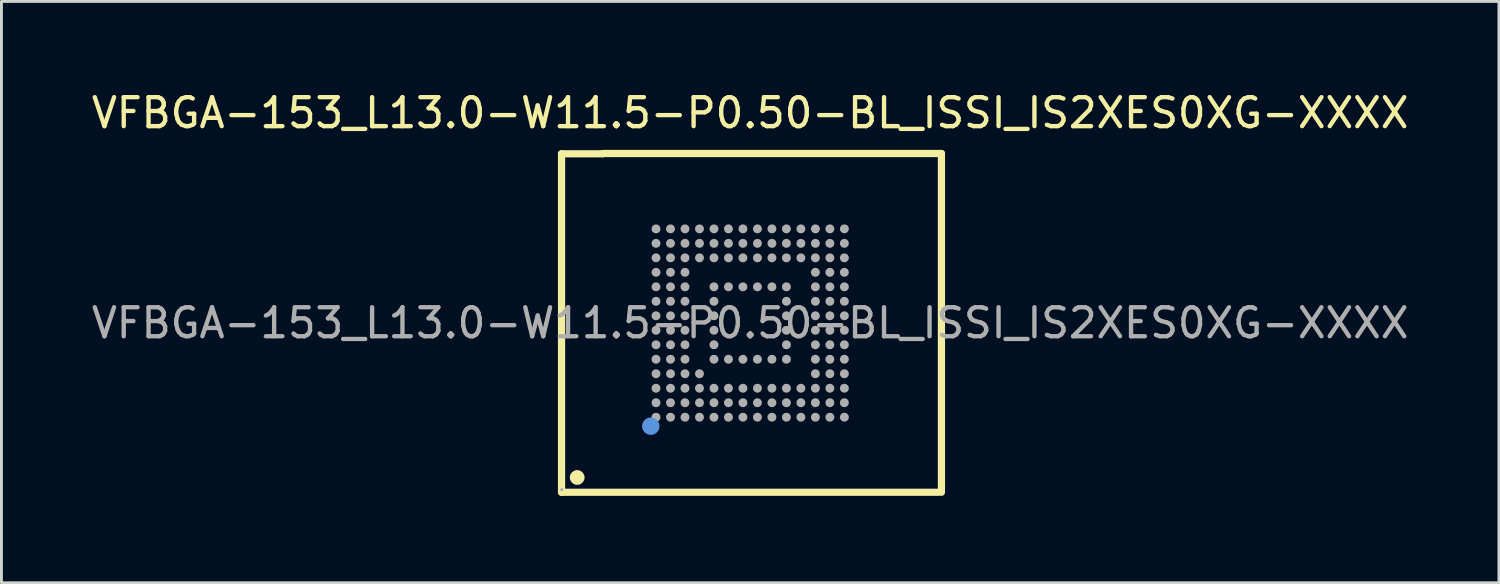
<source format=kicad_pcb>
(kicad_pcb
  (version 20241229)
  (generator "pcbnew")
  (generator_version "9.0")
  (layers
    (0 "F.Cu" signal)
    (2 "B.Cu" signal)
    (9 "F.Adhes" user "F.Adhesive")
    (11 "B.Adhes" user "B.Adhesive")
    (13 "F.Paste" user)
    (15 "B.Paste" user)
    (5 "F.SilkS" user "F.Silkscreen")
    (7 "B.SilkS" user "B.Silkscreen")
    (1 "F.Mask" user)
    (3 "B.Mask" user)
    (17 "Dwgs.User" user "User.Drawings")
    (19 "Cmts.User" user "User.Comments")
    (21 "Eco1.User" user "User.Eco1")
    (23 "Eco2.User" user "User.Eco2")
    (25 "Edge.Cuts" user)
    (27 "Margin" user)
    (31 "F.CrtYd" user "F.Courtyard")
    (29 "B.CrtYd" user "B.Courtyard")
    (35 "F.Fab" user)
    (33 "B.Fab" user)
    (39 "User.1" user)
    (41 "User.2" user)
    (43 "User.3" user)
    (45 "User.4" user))
  (footprint "VFBGA-153_L13.0-W11.5-P0.50-BL_ISSI_IS2XES0XG-XXXX"
    (layer "F.Cu")
    (at 22.839 8.098)
    (property "Reference" "VFBGA-153_L13.0-W11.5-P0.50-BL_ISSI_IS2XES0XG-XXXX" (at 0 -7.25 0) (layer "F.SilkS") (effects (font (size 1 1) (thickness 0.15))))
    (attr smd)
    (fp_line (start -6.51 -5.84) (end -5.08 -5.84) (stroke (width 0.25) (type solid)) (layer "F.SilkS"))
    (fp_line (start -6.51 5.84) (end -6.51 -5.84) (stroke (width 0.25) (type solid)) (layer "F.SilkS"))
    (fp_line (start 6.49 5.84) (end -6.51 5.84) (stroke (width 0.25) (type solid)) (layer "F.SilkS"))
    (fp_line (start 6.6 -5.85) (end -5.08 -5.85) (stroke (width 0.25) (type solid)) (layer "F.SilkS"))
    (fp_line (start 6.6 5.84) (end 6.6 -5.85) (stroke (width 0.25) (type solid)) (layer "F.SilkS"))
    (fp_circle (center -5.97 5.33) (end -5.84 5.33) (stroke (width 0.25) (type solid)) (fill no) (layer "F.SilkS"))
    (fp_circle (center -3.43 3.56) (end -3.28 3.56) (stroke (width 0.3) (type solid)) (fill no) (layer "Cmts.User"))
    (fp_circle (center -6.5 5.75) (end -6.47 5.75) (stroke (width 0.06) (type solid)) (fill no) (layer "F.Fab"))
    (fp_circle (center -3.25 -3.25) (end -3.17 -3.25) (stroke (width 0.15) (type solid)) (fill no) (layer "F.Fab"))
    (fp_circle (center -3.25 -2.75) (end -3.17 -2.75) (stroke (width 0.15) (type solid)) (fill no) (layer "F.Fab"))
    (fp_circle (center -3.25 -2.25) (end -3.17 -2.25) (stroke (width 0.15) (type solid)) (fill no) (layer "F.Fab"))
    (fp_circle (center -3.25 -1.75) (end -3.17 -1.75) (stroke (width 0.15) (type solid)) (fill no) (layer "F.Fab"))
    (fp_circle (center -3.25 -1.25) (end -3.17 -1.25) (stroke (width 0.15) (type solid)) (fill no) (layer "F.Fab"))
    (fp_circle (center -3.25 -0.75) (end -3.17 -0.75) (stroke (width 0.15) (type solid)) (fill no) (layer "F.Fab"))
    (fp_circle (center -3.25 -0.25) (end -3.17 -0.25) (stroke (width 0.15) (type solid)) (fill no) (layer "F.Fab"))
    (fp_circle (center -3.25 0.25) (end -3.17 0.25) (stroke (width 0.15) (type solid)) (fill no) (layer "F.Fab"))
    (fp_circle (center -3.25 0.75) (end -3.17 0.75) (stroke (width 0.15) (type solid)) (fill no) (layer "F.Fab"))
    (fp_circle (center -3.25 1.25) (end -3.17 1.25) (stroke (width 0.15) (type solid)) (fill no) (layer "F.Fab"))
    (fp_circle (center -3.25 1.75) (end -3.17 1.75) (stroke (width 0.15) (type solid)) (fill no) (layer "F.Fab"))
    (fp_circle (center -3.25 2.25) (end -3.17 2.25) (stroke (width 0.15) (type solid)) (fill no) (layer "F.Fab"))
    (fp_circle (center -3.25 2.75) (end -3.17 2.75) (stroke (width 0.15) (type solid)) (fill no) (layer "F.Fab"))
    (fp_circle (center -3.25 3.25) (end -3.17 3.25) (stroke (width 0.15) (type solid)) (fill no) (layer "F.Fab"))
    (fp_circle (center -2.75 -3.25) (end -2.67 -3.25) (stroke (width 0.15) (type solid)) (fill no) (layer "F.Fab"))
    (fp_circle (center -2.75 -2.75) (end -2.67 -2.75) (stroke (width 0.15) (type solid)) (fill no) (layer "F.Fab"))
    (fp_circle (center -2.75 -2.25) (end -2.67 -2.25) (stroke (width 0.15) (type solid)) (fill no) (layer "F.Fab"))
    (fp_circle (center -2.75 -1.75) (end -2.67 -1.75) (stroke (width 0.15) (type solid)) (fill no) (layer "F.Fab"))
    (fp_circle (center -2.75 -1.25) (end -2.67 -1.25) (stroke (width 0.15) (type solid)) (fill no) (layer "F.Fab"))
    (fp_circle (center -2.75 -0.75) (end -2.67 -0.75) (stroke (width 0.15) (type solid)) (fill no) (layer "F.Fab"))
    (fp_circle (center -2.75 -0.25) (end -2.67 -0.25) (stroke (width 0.15) (type solid)) (fill no) (layer "F.Fab"))
    (fp_circle (center -2.75 0.25) (end -2.67 0.25) (stroke (width 0.15) (type solid)) (fill no) (layer "F.Fab"))
    (fp_circle (center -2.75 0.75) (end -2.67 0.75) (stroke (width 0.15) (type solid)) (fill no) (layer "F.Fab"))
    (fp_circle (center -2.75 1.25) (end -2.67 1.25) (stroke (width 0.15) (type solid)) (fill no) (layer "F.Fab"))
    (fp_circle (center -2.75 1.75) (end -2.67 1.75) (stroke (width 0.15) (type solid)) (fill no) (layer "F.Fab"))
    (fp_circle (center -2.75 2.25) (end -2.67 2.25) (stroke (width 0.15) (type solid)) (fill no) (layer "F.Fab"))
    (fp_circle (center -2.75 2.75) (end -2.67 2.75) (stroke (width 0.15) (type solid)) (fill no) (layer "F.Fab"))
    (fp_circle (center -2.75 3.25) (end -2.67 3.25) (stroke (width 0.15) (type solid)) (fill no) (layer "F.Fab"))
    (fp_circle (center -2.25 -3.25) (end -2.17 -3.25) (stroke (width 0.15) (type solid)) (fill no) (layer "F.Fab"))
    (fp_circle (center -2.25 -2.75) (end -2.17 -2.75) (stroke (width 0.15) (type solid)) (fill no) (layer "F.Fab"))
    (fp_circle (center -2.25 -2.25) (end -2.17 -2.25) (stroke (width 0.15) (type solid)) (fill no) (layer "F.Fab"))
    (fp_circle (center -2.25 -1.75) (end -2.17 -1.75) (stroke (width 0.15) (type solid)) (fill no) (layer "F.Fab"))
    (fp_circle (center -2.25 -1.25) (end -2.17 -1.25) (stroke (width 0.15) (type solid)) (fill no) (layer "F.Fab"))
    (fp_circle (center -2.25 -0.75) (end -2.17 -0.75) (stroke (width 0.15) (type solid)) (fill no) (layer "F.Fab"))
    (fp_circle (center -2.25 -0.25) (end -2.17 -0.25) (stroke (width 0.15) (type solid)) (fill no) (layer "F.Fab"))
    (fp_circle (center -2.25 0.25) (end -2.17 0.25) (stroke (width 0.15) (type solid)) (fill no) (layer "F.Fab"))
    (fp_circle (center -2.25 0.75) (end -2.17 0.75) (stroke (width 0.15) (type solid)) (fill no) (layer "F.Fab"))
    (fp_circle (center -2.25 1.25) (end -2.17 1.25) (stroke (width 0.15) (type solid)) (fill no) (layer "F.Fab"))
    (fp_circle (center -2.25 1.75) (end -2.17 1.75) (stroke (width 0.15) (type solid)) (fill no) (layer "F.Fab"))
    (fp_circle (center -2.25 2.25) (end -2.17 2.25) (stroke (width 0.15) (type solid)) (fill no) (layer "F.Fab"))
    (fp_circle (center -2.25 2.75) (end -2.17 2.75) (stroke (width 0.15) (type solid)) (fill no) (layer "F.Fab"))
    (fp_circle (center -2.25 3.25) (end -2.17 3.25) (stroke (width 0.15) (type solid)) (fill no) (layer "F.Fab"))
    (fp_circle (center -1.75 -3.25) (end -1.67 -3.25) (stroke (width 0.15) (type solid)) (fill no) (layer "F.Fab"))
    (fp_circle (center -1.75 -2.75) (end -1.67 -2.75) (stroke (width 0.15) (type solid)) (fill no) (layer "F.Fab"))
    (fp_circle (center -1.75 -2.25) (end -1.67 -2.25) (stroke (width 0.15) (type solid)) (fill no) (layer "F.Fab"))
    (fp_circle (center -1.75 1.75) (end -1.67 1.75) (stroke (width 0.15) (type solid)) (fill no) (layer "F.Fab"))
    (fp_circle (center -1.75 2.25) (end -1.67 2.25) (stroke (width 0.15) (type solid)) (fill no) (layer "F.Fab"))
    (fp_circle (center -1.75 2.75) (end -1.67 2.75) (stroke (width 0.15) (type solid)) (fill no) (layer "F.Fab"))
    (fp_circle (center -1.75 3.25) (end -1.67 3.25) (stroke (width 0.15) (type solid)) (fill no) (layer "F.Fab"))
    (fp_circle (center -1.25 -3.25) (end -1.17 -3.25) (stroke (width 0.15) (type solid)) (fill no) (layer "F.Fab"))
    (fp_circle (center -1.25 -2.75) (end -1.17 -2.75) (stroke (width 0.15) (type solid)) (fill no) (layer "F.Fab"))
    (fp_circle (center -1.25 -2.25) (end -1.17 -2.25) (stroke (width 0.15) (type solid)) (fill no) (layer "F.Fab"))
    (fp_circle (center -1.25 -1.25) (end -1.17 -1.25) (stroke (width 0.15) (type solid)) (fill no) (layer "F.Fab"))
    (fp_circle (center -1.25 -0.75) (end -1.17 -0.75) (stroke (width 0.15) (type solid)) (fill no) (layer "F.Fab"))
    (fp_circle (center -1.25 -0.25) (end -1.17 -0.25) (stroke (width 0.15) (type solid)) (fill no) (layer "F.Fab"))
    (fp_circle (center -1.25 0.25) (end -1.17 0.25) (stroke (width 0.15) (type solid)) (fill no) (layer "F.Fab"))
    (fp_circle (center -1.25 0.75) (end -1.17 0.75) (stroke (width 0.15) (type solid)) (fill no) (layer "F.Fab"))
    (fp_circle (center -1.25 1.25) (end -1.17 1.25) (stroke (width 0.15) (type solid)) (fill no) (layer "F.Fab"))
    (fp_circle (center -1.25 2.25) (end -1.17 2.25) (stroke (width 0.15) (type solid)) (fill no) (layer "F.Fab"))
    (fp_circle (center -1.25 2.75) (end -1.17 2.75) (stroke (width 0.15) (type solid)) (fill no) (layer "F.Fab"))
    (fp_circle (center -1.25 3.25) (end -1.17 3.25) (stroke (width 0.15) (type solid)) (fill no) (layer "F.Fab"))
    (fp_circle (center -0.75 -3.25) (end -0.67 -3.25) (stroke (width 0.15) (type solid)) (fill no) (layer "F.Fab"))
    (fp_circle (center -0.75 -2.75) (end -0.67 -2.75) (stroke (width 0.15) (type solid)) (fill no) (layer "F.Fab"))
    (fp_circle (center -0.75 -2.25) (end -0.67 -2.25) (stroke (width 0.15) (type solid)) (fill no) (layer "F.Fab"))
    (fp_circle (center -0.75 -1.25) (end -0.67 -1.25) (stroke (width 0.15) (type solid)) (fill no) (layer "F.Fab"))
    (fp_circle (center -0.75 1.25) (end -0.67 1.25) (stroke (width 0.15) (type solid)) (fill no) (layer "F.Fab"))
    (fp_circle (center -0.75 2.25) (end -0.67 2.25) (stroke (width 0.15) (type solid)) (fill no) (layer "F.Fab"))
    (fp_circle (center -0.75 2.75) (end -0.67 2.75) (stroke (width 0.15) (type solid)) (fill no) (layer "F.Fab"))
    (fp_circle (center -0.75 3.25) (end -0.67 3.25) (stroke (width 0.15) (type solid)) (fill no) (layer "F.Fab"))
    (fp_circle (center -0.25 -3.25) (end -0.17 -3.25) (stroke (width 0.15) (type solid)) (fill no) (layer "F.Fab"))
    (fp_circle (center -0.25 -2.75) (end -0.17 -2.75) (stroke (width 0.15) (type solid)) (fill no) (layer "F.Fab"))
    (fp_circle (center -0.25 -2.25) (end -0.17 -2.25) (stroke (width 0.15) (type solid)) (fill no) (layer "F.Fab"))
    (fp_circle (center -0.25 -1.25) (end -0.17 -1.25) (stroke (width 0.15) (type solid)) (fill no) (layer "F.Fab"))
    (fp_circle (center -0.25 1.25) (end -0.17 1.25) (stroke (width 0.15) (type solid)) (fill no) (layer "F.Fab"))
    (fp_circle (center -0.25 2.25) (end -0.17 2.25) (stroke (width 0.15) (type solid)) (fill no) (layer "F.Fab"))
    (fp_circle (center -0.25 2.75) (end -0.17 2.75) (stroke (width 0.15) (type solid)) (fill no) (layer "F.Fab"))
    (fp_circle (center -0.25 3.25) (end -0.17 3.25) (stroke (width 0.15) (type solid)) (fill no) (layer "F.Fab"))
    (fp_circle (center 0.25 -3.25) (end 0.33 -3.25) (stroke (width 0.15) (type solid)) (fill no) (layer "F.Fab"))
    (fp_circle (center 0.25 -2.75) (end 0.33 -2.75) (stroke (width 0.15) (type solid)) (fill no) (layer "F.Fab"))
    (fp_circle (center 0.25 -2.25) (end 0.33 -2.25) (stroke (width 0.15) (type solid)) (fill no) (layer "F.Fab"))
    (fp_circle (center 0.25 -1.25) (end 0.33 -1.25) (stroke (width 0.15) (type solid)) (fill no) (layer "F.Fab"))
    (fp_circle (center 0.25 1.25) (end 0.33 1.25) (stroke (width 0.15) (type solid)) (fill no) (layer "F.Fab"))
    (fp_circle (center 0.25 2.25) (end 0.33 2.25) (stroke (width 0.15) (type solid)) (fill no) (layer "F.Fab"))
    (fp_circle (center 0.25 2.75) (end 0.33 2.75) (stroke (width 0.15) (type solid)) (fill no) (layer "F.Fab"))
    (fp_circle (center 0.25 3.25) (end 0.33 3.25) (stroke (width 0.15) (type solid)) (fill no) (layer "F.Fab"))
    (fp_circle (center 0.75 -3.25) (end 0.83 -3.25) (stroke (width 0.15) (type solid)) (fill no) (layer "F.Fab"))
    (fp_circle (center 0.75 -2.75) (end 0.83 -2.75) (stroke (width 0.15) (type solid)) (fill no) (layer "F.Fab"))
    (fp_circle (center 0.75 -2.25) (end 0.83 -2.25) (stroke (width 0.15) (type solid)) (fill no) (layer "F.Fab"))
    (fp_circle (center 0.75 -1.25) (end 0.83 -1.25) (stroke (width 0.15) (type solid)) (fill no) (layer "F.Fab"))
    (fp_circle (center 0.75 1.25) (end 0.83 1.25) (stroke (width 0.15) (type solid)) (fill no) (layer "F.Fab"))
    (fp_circle (center 0.75 2.25) (end 0.83 2.25) (stroke (width 0.15) (type solid)) (fill no) (layer "F.Fab"))
    (fp_circle (center 0.75 2.75) (end 0.83 2.75) (stroke (width 0.15) (type solid)) (fill no) (layer "F.Fab"))
    (fp_circle (center 0.75 3.25) (end 0.83 3.25) (stroke (width 0.15) (type solid)) (fill no) (layer "F.Fab"))
    (fp_circle (center 1.25 -3.25) (end 1.33 -3.25) (stroke (width 0.15) (type solid)) (fill no) (layer "F.Fab"))
    (fp_circle (center 1.25 -2.75) (end 1.33 -2.75) (stroke (width 0.15) (type solid)) (fill no) (layer "F.Fab"))
    (fp_circle (center 1.25 -2.25) (end 1.33 -2.25) (stroke (width 0.15) (type solid)) (fill no) (layer "F.Fab"))
    (fp_circle (center 1.25 -1.25) (end 1.33 -1.25) (stroke (width 0.15) (type solid)) (fill no) (layer "F.Fab"))
    (fp_circle (center 1.25 -0.75) (end 1.33 -0.75) (stroke (width 0.15) (type solid)) (fill no) (layer "F.Fab"))
    (fp_circle (center 1.25 -0.25) (end 1.33 -0.25) (stroke (width 0.15) (type solid)) (fill no) (layer "F.Fab"))
    (fp_circle (center 1.25 0.25) (end 1.33 0.25) (stroke (width 0.15) (type solid)) (fill no) (layer "F.Fab"))
    (fp_circle (center 1.25 0.75) (end 1.33 0.75) (stroke (width 0.15) (type solid)) (fill no) (layer "F.Fab"))
    (fp_circle (center 1.25 1.25) (end 1.33 1.25) (stroke (width 0.15) (type solid)) (fill no) (layer "F.Fab"))
    (fp_circle (center 1.25 2.25) (end 1.33 2.25) (stroke (width 0.15) (type solid)) (fill no) (layer "F.Fab"))
    (fp_circle (center 1.25 2.75) (end 1.33 2.75) (stroke (width 0.15) (type solid)) (fill no) (layer "F.Fab"))
    (fp_circle (center 1.25 3.25) (end 1.33 3.25) (stroke (width 0.15) (type solid)) (fill no) (layer "F.Fab"))
    (fp_circle (center 1.75 -3.25) (end 1.83 -3.25) (stroke (width 0.15) (type solid)) (fill no) (layer "F.Fab"))
    (fp_circle (center 1.75 -2.75) (end 1.83 -2.75) (stroke (width 0.15) (type solid)) (fill no) (layer "F.Fab"))
    (fp_circle (center 1.75 -2.25) (end 1.83 -2.25) (stroke (width 0.15) (type solid)) (fill no) (layer "F.Fab"))
    (fp_circle (center 1.75 2.25) (end 1.83 2.25) (stroke (width 0.15) (type solid)) (fill no) (layer "F.Fab"))
    (fp_circle (center 1.75 2.75) (end 1.83 2.75) (stroke (width 0.15) (type solid)) (fill no) (layer "F.Fab"))
    (fp_circle (center 1.75 3.25) (end 1.83 3.25) (stroke (width 0.15) (type solid)) (fill no) (layer "F.Fab"))
    (fp_circle (center 2.25 -3.25) (end 2.33 -3.25) (stroke (width 0.15) (type solid)) (fill no) (layer "F.Fab"))
    (fp_circle (center 2.25 -2.75) (end 2.33 -2.75) (stroke (width 0.15) (type solid)) (fill no) (layer "F.Fab"))
    (fp_circle (center 2.25 -2.25) (end 2.33 -2.25) (stroke (width 0.15) (type solid)) (fill no) (layer "F.Fab"))
    (fp_circle (center 2.25 -1.75) (end 2.33 -1.75) (stroke (width 0.15) (type solid)) (fill no) (layer "F.Fab"))
    (fp_circle (center 2.25 -1.25) (end 2.33 -1.25) (stroke (width 0.15) (type solid)) (fill no) (layer "F.Fab"))
    (fp_circle (center 2.25 -0.75) (end 2.33 -0.75) (stroke (width 0.15) (type solid)) (fill no) (layer "F.Fab"))
    (fp_circle (center 2.25 -0.25) (end 2.33 -0.25) (stroke (width 0.15) (type solid)) (fill no) (layer "F.Fab"))
    (fp_circle (center 2.25 0.25) (end 2.33 0.25) (stroke (width 0.15) (type solid)) (fill no) (layer "F.Fab"))
    (fp_circle (center 2.25 0.75) (end 2.33 0.75) (stroke (width 0.15) (type solid)) (fill no) (layer "F.Fab"))
    (fp_circle (center 2.25 1.25) (end 2.33 1.25) (stroke (width 0.15) (type solid)) (fill no) (layer "F.Fab"))
    (fp_circle (center 2.25 1.75) (end 2.33 1.75) (stroke (width 0.15) (type solid)) (fill no) (layer "F.Fab"))
    (fp_circle (center 2.25 2.25) (end 2.33 2.25) (stroke (width 0.15) (type solid)) (fill no) (layer "F.Fab"))
    (fp_circle (center 2.25 2.75) (end 2.33 2.75) (stroke (width 0.15) (type solid)) (fill no) (layer "F.Fab"))
    (fp_circle (center 2.25 3.25) (end 2.33 3.25) (stroke (width 0.15) (type solid)) (fill no) (layer "F.Fab"))
    (fp_circle (center 2.75 -3.25) (end 2.83 -3.25) (stroke (width 0.15) (type solid)) (fill no) (layer "F.Fab"))
    (fp_circle (center 2.75 -2.75) (end 2.83 -2.75) (stroke (width 0.15) (type solid)) (fill no) (layer "F.Fab"))
    (fp_circle (center 2.75 -2.25) (end 2.83 -2.25) (stroke (width 0.15) (type solid)) (fill no) (layer "F.Fab"))
    (fp_circle (center 2.75 -1.75) (end 2.83 -1.75) (stroke (width 0.15) (type solid)) (fill no) (layer "F.Fab"))
    (fp_circle (center 2.75 -1.25) (end 2.83 -1.25) (stroke (width 0.15) (type solid)) (fill no) (layer "F.Fab"))
    (fp_circle (center 2.75 -0.75) (end 2.83 -0.75) (stroke (width 0.15) (type solid)) (fill no) (layer "F.Fab"))
    (fp_circle (center 2.75 -0.25) (end 2.83 -0.25) (stroke (width 0.15) (type solid)) (fill no) (layer "F.Fab"))
    (fp_circle (center 2.75 0.25) (end 2.83 0.25) (stroke (width 0.15) (type solid)) (fill no) (layer "F.Fab"))
    (fp_circle (center 2.75 0.75) (end 2.83 0.75) (stroke (width 0.15) (type solid)) (fill no) (layer "F.Fab"))
    (fp_circle (center 2.75 1.25) (end 2.83 1.25) (stroke (width 0.15) (type solid)) (fill no) (layer "F.Fab"))
    (fp_circle (center 2.75 1.75) (end 2.83 1.75) (stroke (width 0.15) (type solid)) (fill no) (layer "F.Fab"))
    (fp_circle (center 2.75 2.25) (end 2.83 2.25) (stroke (width 0.15) (type solid)) (fill no) (layer "F.Fab"))
    (fp_circle (center 2.75 2.75) (end 2.83 2.75) (stroke (width 0.15) (type solid)) (fill no) (layer "F.Fab"))
    (fp_circle (center 2.75 3.25) (end 2.83 3.25) (stroke (width 0.15) (type solid)) (fill no) (layer "F.Fab"))
    (fp_circle (center 3.25 -3.25) (end 3.33 -3.25) (stroke (width 0.15) (type solid)) (fill no) (layer "F.Fab"))
    (fp_circle (center 3.25 -2.75) (end 3.33 -2.75) (stroke (width 0.15) (type solid)) (fill no) (layer "F.Fab"))
    (fp_circle (center 3.25 -2.25) (end 3.33 -2.25) (stroke (width 0.15) (type solid)) (fill no) (layer "F.Fab"))
    (fp_circle (center 3.25 -1.75) (end 3.33 -1.75) (stroke (width 0.15) (type solid)) (fill no) (layer "F.Fab"))
    (fp_circle (center 3.25 -1.25) (end 3.33 -1.25) (stroke (width 0.15) (type solid)) (fill no) (layer "F.Fab"))
    (fp_circle (center 3.25 -0.75) (end 3.33 -0.75) (stroke (width 0.15) (type solid)) (fill no) (layer "F.Fab"))
    (fp_circle (center 3.25 -0.25) (end 3.33 -0.25) (stroke (width 0.15) (type solid)) (fill no) (layer "F.Fab"))
    (fp_circle (center 3.25 0.25) (end 3.33 0.25) (stroke (width 0.15) (type solid)) (fill no) (layer "F.Fab"))
    (fp_circle (center 3.25 0.75) (end 3.33 0.75) (stroke (width 0.15) (type solid)) (fill no) (layer "F.Fab"))
    (fp_circle (center 3.25 1.25) (end 3.33 1.25) (stroke (width 0.15) (type solid)) (fill no) (layer "F.Fab"))
    (fp_circle (center 3.25 1.75) (end 3.33 1.75) (stroke (width 0.15) (type solid)) (fill no) (layer "F.Fab"))
    (fp_circle (center 3.25 2.25) (end 3.33 2.25) (stroke (width 0.15) (type solid)) (fill no) (layer "F.Fab"))
    (fp_circle (center 3.25 2.75) (end 3.33 2.75) (stroke (width 0.15) (type solid)) (fill no) (layer "F.Fab"))
    (fp_circle (center 3.25 3.25) (end 3.33 3.25) (stroke (width 0.15) (type solid)) (fill no) (layer "F.Fab"))
    (fp_text user "${REFERENCE}" (at 0 0 0) (layer "F.Fab") (effects (font (size 1 1) (thickness 0.15))))
    (pad "A1" smd circle (at -3.25 3.25 90) (size 0.24 0.24) (layers "F.Cu" "F.Mask" "F.Paste"))
    (pad "A2" smd circle (at -3.25 2.75 90) (size 0.24 0.24) (layers "F.Cu" "F.Mask" "F.Paste"))
    (pad "A3" smd circle (at -3.25 2.25 90) (size 0.24 0.24) (layers "F.Cu" "F.Mask" "F.Paste"))
    (pad "A4" smd circle (at -3.25 1.75 90) (size 0.24 0.24) (layers "F.Cu" "F.Mask" "F.Paste"))
    (pad "A5" smd circle (at -3.25 1.25 90) (size 0.24 0.24) (layers "F.Cu" "F.Mask" "F.Paste"))
    (pad "A6" smd circle (at -3.25 0.75 90) (size 0.24 0.24) (layers "F.Cu" "F.Mask" "F.Paste"))
    (pad "A7" smd circle (at -3.25 0.25 90) (size 0.24 0.24) (layers "F.Cu" "F.Mask" "F.Paste"))
    (pad "A8" smd circle (at -3.25 -0.25 90) (size 0.24 0.24) (layers "F.Cu" "F.Mask" "F.Paste"))
    (pad "A9" smd circle (at -3.25 -0.75 90) (size 0.24 0.24) (layers "F.Cu" "F.Mask" "F.Paste"))
    (pad "A10" smd circle (at -3.25 -1.25 90) (size 0.24 0.24) (layers "F.Cu" "F.Mask" "F.Paste"))
    (pad "A11" smd circle (at -3.25 -1.75 90) (size 0.24 0.24) (layers "F.Cu" "F.Mask" "F.Paste"))
    (pad "A12" smd circle (at -3.25 -2.25 90) (size 0.24 0.24) (layers "F.Cu" "F.Mask" "F.Paste"))
    (pad "A13" smd circle (at -3.25 -2.75 90) (size 0.24 0.24) (layers "F.Cu" "F.Mask" "F.Paste"))
    (pad "A14" smd circle (at -3.25 -3.25 90) (size 0.24 0.24) (layers "F.Cu" "F.Mask" "F.Paste"))
    (pad "B1" smd circle (at -2.75 3.25 90) (size 0.24 0.24) (layers "F.Cu" "F.Mask" "F.Paste"))
    (pad "B2" smd circle (at -2.75 2.75 90) (size 0.24 0.24) (layers "F.Cu" "F.Mask" "F.Paste"))
    (pad "B3" smd circle (at -2.75 2.25 90) (size 0.24 0.24) (layers "F.Cu" "F.Mask" "F.Paste"))
    (pad "B4" smd circle (at -2.75 1.75 90) (size 0.24 0.24) (layers "F.Cu" "F.Mask" "F.Paste"))
    (pad "B5" smd circle (at -2.75 1.25 90) (size 0.24 0.24) (layers "F.Cu" "F.Mask" "F.Paste"))
    (pad "B6" smd circle (at -2.75 0.75 90) (size 0.24 0.24) (layers "F.Cu" "F.Mask" "F.Paste"))
    (pad "B7" smd circle (at -2.75 0.25 90) (size 0.24 0.24) (layers "F.Cu" "F.Mask" "F.Paste"))
    (pad "B8" smd circle (at -2.75 -0.25 90) (size 0.24 0.24) (layers "F.Cu" "F.Mask" "F.Paste"))
    (pad "B9" smd circle (at -2.75 -0.75 90) (size 0.24 0.24) (layers "F.Cu" "F.Mask" "F.Paste"))
    (pad "B10" smd circle (at -2.75 -1.25 90) (size 0.24 0.24) (layers "F.Cu" "F.Mask" "F.Paste"))
    (pad "B11" smd circle (at -2.75 -1.75 90) (size 0.24 0.24) (layers "F.Cu" "F.Mask" "F.Paste"))
    (pad "B12" smd circle (at -2.75 -2.25 90) (size 0.24 0.24) (layers "F.Cu" "F.Mask" "F.Paste"))
    (pad "B13" smd circle (at -2.75 -2.75 90) (size 0.24 0.24) (layers "F.Cu" "F.Mask" "F.Paste"))
    (pad "B14" smd circle (at -2.75 -3.25 90) (size 0.24 0.24) (layers "F.Cu" "F.Mask" "F.Paste"))
    (pad "C1" smd circle (at -2.25 3.25 90) (size 0.24 0.24) (layers "F.Cu" "F.Mask" "F.Paste"))
    (pad "C2" smd circle (at -2.25 2.75 90) (size 0.24 0.24) (layers "F.Cu" "F.Mask" "F.Paste"))
    (pad "C3" smd circle (at -2.25 2.25 90) (size 0.24 0.24) (layers "F.Cu" "F.Mask" "F.Paste"))
    (pad "C4" smd circle (at -2.25 1.75 90) (size 0.24 0.24) (layers "F.Cu" "F.Mask" "F.Paste"))
    (pad "C5" smd circle (at -2.25 1.25 90) (size 0.24 0.24) (layers "F.Cu" "F.Mask" "F.Paste"))
    (pad "C6" smd circle (at -2.25 0.75 90) (size 0.24 0.24) (layers "F.Cu" "F.Mask" "F.Paste"))
    (pad "C7" smd circle (at -2.25 0.25 90) (size 0.24 0.24) (layers "F.Cu" "F.Mask" "F.Paste"))
    (pad "C8" smd circle (at -2.25 -0.25 90) (size 0.24 0.24) (layers "F.Cu" "F.Mask" "F.Paste"))
    (pad "C9" smd circle (at -2.25 -0.75 90) (size 0.24 0.24) (layers "F.Cu" "F.Mask" "F.Paste"))
    (pad "C10" smd circle (at -2.25 -1.25 90) (size 0.24 0.24) (layers "F.Cu" "F.Mask" "F.Paste"))
    (pad "C11" smd circle (at -2.25 -1.75 90) (size 0.24 0.24) (layers "F.Cu" "F.Mask" "F.Paste"))
    (pad "C12" smd circle (at -2.25 -2.25 90) (size 0.24 0.24) (layers "F.Cu" "F.Mask" "F.Paste"))
    (pad "C13" smd circle (at -2.25 -2.75 90) (size 0.24 0.24) (layers "F.Cu" "F.Mask" "F.Paste"))
    (pad "C14" smd circle (at -2.25 -3.25 90) (size 0.24 0.24) (layers "F.Cu" "F.Mask" "F.Paste"))
    (pad "D1" smd circle (at -1.75 3.25 90) (size 0.24 0.24) (layers "F.Cu" "F.Mask" "F.Paste"))
    (pad "D2" smd circle (at -1.75 2.75 90) (size 0.24 0.24) (layers "F.Cu" "F.Mask" "F.Paste"))
    (pad "D3" smd circle (at -1.75 2.25 90) (size 0.24 0.24) (layers "F.Cu" "F.Mask" "F.Paste"))
    (pad "D4" smd circle (at -1.75 1.75 90) (size 0.24 0.24) (layers "F.Cu" "F.Mask" "F.Paste"))
    (pad "D12" smd circle (at -1.75 -2.25 90) (size 0.24 0.24) (layers "F.Cu" "F.Mask" "F.Paste"))
    (pad "D13" smd circle (at -1.75 -2.75 90) (size 0.24 0.24) (layers "F.Cu" "F.Mask" "F.Paste"))
    (pad "D14" smd circle (at -1.75 -3.25 90) (size 0.24 0.24) (layers "F.Cu" "F.Mask" "F.Paste"))
    (pad "E1" smd circle (at -1.25 3.25 90) (size 0.24 0.24) (layers "F.Cu" "F.Mask" "F.Paste"))
    (pad "E2" smd circle (at -1.25 2.75 90) (size 0.24 0.24) (layers "F.Cu" "F.Mask" "F.Paste"))
    (pad "E3" smd circle (at -1.25 2.25 90) (size 0.24 0.24) (layers "F.Cu" "F.Mask" "F.Paste"))
    (pad "E5" smd circle (at -1.25 1.25 90) (size 0.24 0.24) (layers "F.Cu" "F.Mask" "F.Paste"))
    (pad "E6" smd circle (at -1.25 0.75 90) (size 0.24 0.24) (layers "F.Cu" "F.Mask" "F.Paste"))
    (pad "E7" smd circle (at -1.25 0.25 90) (size 0.24 0.24) (layers "F.Cu" "F.Mask" "F.Paste"))
    (pad "E8" smd circle (at -1.25 -0.25 90) (size 0.24 0.24) (layers "F.Cu" "F.Mask" "F.Paste"))
    (pad "E9" smd circle (at -1.25 -0.75 90) (size 0.24 0.24) (layers "F.Cu" "F.Mask" "F.Paste"))
    (pad "E10" smd circle (at -1.25 -1.25 90) (size 0.24 0.24) (layers "F.Cu" "F.Mask" "F.Paste"))
    (pad "E12" smd circle (at -1.25 -2.25 90) (size 0.24 0.24) (layers "F.Cu" "F.Mask" "F.Paste"))
    (pad "E13" smd circle (at -1.25 -2.75 90) (size 0.24 0.24) (layers "F.Cu" "F.Mask" "F.Paste"))
    (pad "E14" smd circle (at -1.25 -3.25 90) (size 0.24 0.24) (layers "F.Cu" "F.Mask" "F.Paste"))
    (pad "F1" smd circle (at -0.75 3.25 90) (size 0.24 0.24) (layers "F.Cu" "F.Mask" "F.Paste"))
    (pad "F2" smd circle (at -0.75 2.75 90) (size 0.24 0.24) (layers "F.Cu" "F.Mask" "F.Paste"))
    (pad "F3" smd circle (at -0.75 2.25 90) (size 0.24 0.24) (layers "F.Cu" "F.Mask" "F.Paste"))
    (pad "F5" smd circle (at -0.75 1.25 90) (size 0.24 0.24) (layers "F.Cu" "F.Mask" "F.Paste"))
    (pad "F10" smd circle (at -0.75 -1.25 90) (size 0.24 0.24) (layers "F.Cu" "F.Mask" "F.Paste"))
    (pad "F12" smd circle (at -0.75 -2.25 90) (size 0.24 0.24) (layers "F.Cu" "F.Mask" "F.Paste"))
    (pad "F13" smd circle (at -0.75 -2.75 90) (size 0.24 0.24) (layers "F.Cu" "F.Mask" "F.Paste"))
    (pad "F14" smd circle (at -0.75 -3.25 90) (size 0.24 0.24) (layers "F.Cu" "F.Mask" "F.Paste"))
    (pad "G1" smd circle (at -0.25 3.25 90) (size 0.24 0.24) (layers "F.Cu" "F.Mask" "F.Paste"))
    (pad "G2" smd circle (at -0.25 2.75 90) (size 0.24 0.24) (layers "F.Cu" "F.Mask" "F.Paste"))
    (pad "G3" smd circle (at -0.25 2.25 90) (size 0.24 0.24) (layers "F.Cu" "F.Mask" "F.Paste"))
    (pad "G5" smd circle (at -0.25 1.25 90) (size 0.24 0.24) (layers "F.Cu" "F.Mask" "F.Paste"))
    (pad "G10" smd circle (at -0.25 -1.25 90) (size 0.24 0.24) (layers "F.Cu" "F.Mask" "F.Paste"))
    (pad "G12" smd circle (at -0.25 -2.25 90) (size 0.24 0.24) (layers "F.Cu" "F.Mask" "F.Paste"))
    (pad "G13" smd circle (at -0.25 -2.75 90) (size 0.24 0.24) (layers "F.Cu" "F.Mask" "F.Paste"))
    (pad "G14" smd circle (at -0.25 -3.25 90) (size 0.24 0.24) (layers "F.Cu" "F.Mask" "F.Paste"))
    (pad "H1" smd circle (at 0.25 3.25 90) (size 0.24 0.24) (layers "F.Cu" "F.Mask" "F.Paste"))
    (pad "H2" smd circle (at 0.25 2.75 90) (size 0.24 0.24) (layers "F.Cu" "F.Mask" "F.Paste"))
    (pad "H3" smd circle (at 0.25 2.25 90) (size 0.24 0.24) (layers "F.Cu" "F.Mask" "F.Paste"))
    (pad "H5" smd circle (at 0.25 1.25 90) (size 0.24 0.24) (layers "F.Cu" "F.Mask" "F.Paste"))
    (pad "H10" smd circle (at 0.25 -1.25 90) (size 0.24 0.24) (layers "F.Cu" "F.Mask" "F.Paste"))
    (pad "H12" smd circle (at 0.25 -2.25 90) (size 0.24 0.24) (layers "F.Cu" "F.Mask" "F.Paste"))
    (pad "H13" smd circle (at 0.25 -2.75 90) (size 0.24 0.24) (layers "F.Cu" "F.Mask" "F.Paste"))
    (pad "H14" smd circle (at 0.25 -3.25 90) (size 0.24 0.24) (layers "F.Cu" "F.Mask" "F.Paste"))
    (pad "J1" smd circle (at 0.75 3.25 90) (size 0.24 0.24) (layers "F.Cu" "F.Mask" "F.Paste"))
    (pad "J2" smd circle (at 0.75 2.75 90) (size 0.24 0.24) (layers "F.Cu" "F.Mask" "F.Paste"))
    (pad "J3" smd circle (at 0.75 2.25 90) (size 0.24 0.24) (layers "F.Cu" "F.Mask" "F.Paste"))
    (pad "J5" smd circle (at 0.75 1.25 90) (size 0.24 0.24) (layers "F.Cu" "F.Mask" "F.Paste"))
    (pad "J10" smd circle (at 0.75 -1.25 90) (size 0.24 0.24) (layers "F.Cu" "F.Mask" "F.Paste"))
    (pad "J12" smd circle (at 0.75 -2.25 90) (size 0.24 0.24) (layers "F.Cu" "F.Mask" "F.Paste"))
    (pad "J13" smd circle (at 0.75 -2.75 90) (size 0.24 0.24) (layers "F.Cu" "F.Mask" "F.Paste"))
    (pad "J14" smd circle (at 0.75 -3.25 90) (size 0.24 0.24) (layers "F.Cu" "F.Mask" "F.Paste"))
    (pad "K1" smd circle (at 1.25 3.25 90) (size 0.24 0.24) (layers "F.Cu" "F.Mask" "F.Paste"))
    (pad "K2" smd circle (at 1.25 2.75 90) (size 0.24 0.24) (layers "F.Cu" "F.Mask" "F.Paste"))
    (pad "K3" smd circle (at 1.25 2.25 90) (size 0.24 0.24) (layers "F.Cu" "F.Mask" "F.Paste"))
    (pad "K5" smd circle (at 1.25 1.25 90) (size 0.24 0.24) (layers "F.Cu" "F.Mask" "F.Paste"))
    (pad "K6" smd circle (at 1.25 0.75 90) (size 0.24 0.24) (layers "F.Cu" "F.Mask" "F.Paste"))
    (pad "K7" smd circle (at 1.25 0.25 90) (size 0.24 0.24) (layers "F.Cu" "F.Mask" "F.Paste"))
    (pad "K8" smd circle (at 1.25 -0.25 90) (size 0.24 0.24) (layers "F.Cu" "F.Mask" "F.Paste"))
    (pad "K9" smd circle (at 1.25 -0.75 90) (size 0.24 0.24) (layers "F.Cu" "F.Mask" "F.Paste"))
    (pad "K10" smd circle (at 1.25 -1.25 90) (size 0.24 0.24) (layers "F.Cu" "F.Mask" "F.Paste"))
    (pad "K12" smd circle (at 1.25 -2.25 90) (size 0.24 0.24) (layers "F.Cu" "F.Mask" "F.Paste"))
    (pad "K13" smd circle (at 1.25 -2.75 90) (size 0.24 0.24) (layers "F.Cu" "F.Mask" "F.Paste"))
    (pad "K14" smd circle (at 1.25 -3.25 90) (size 0.24 0.24) (layers "F.Cu" "F.Mask" "F.Paste"))
    (pad "L1" smd circle (at 1.75 3.25 90) (size 0.24 0.24) (layers "F.Cu" "F.Mask" "F.Paste"))
    (pad "L2" smd circle (at 1.75 2.75 90) (size 0.24 0.24) (layers "F.Cu" "F.Mask" "F.Paste"))
    (pad "L3" smd circle (at 1.75 2.25 90) (size 0.24 0.24) (layers "F.Cu" "F.Mask" "F.Paste"))
    (pad "L12" smd circle (at 1.75 -2.25 90) (size 0.24 0.24) (layers "F.Cu" "F.Mask" "F.Paste"))
    (pad "L13" smd circle (at 1.75 -2.75 90) (size 0.24 0.24) (layers "F.Cu" "F.Mask" "F.Paste"))
    (pad "L14" smd circle (at 1.75 -3.25 90) (size 0.24 0.24) (layers "F.Cu" "F.Mask" "F.Paste"))
    (pad "M1" smd circle (at 2.25 3.25 90) (size 0.24 0.24) (layers "F.Cu" "F.Mask" "F.Paste"))
    (pad "M2" smd circle (at 2.25 2.75 90) (size 0.24 0.24) (layers "F.Cu" "F.Mask" "F.Paste"))
    (pad "M3" smd circle (at 2.25 2.25 90) (size 0.24 0.24) (layers "F.Cu" "F.Mask" "F.Paste"))
    (pad "M4" smd circle (at 2.25 1.75 90) (size 0.24 0.24) (layers "F.Cu" "F.Mask" "F.Paste"))
    (pad "M5" smd circle (at 2.25 1.25 90) (size 0.24 0.24) (layers "F.Cu" "F.Mask" "F.Paste"))
    (pad "M6" smd circle (at 2.25 0.75 90) (size 0.24 0.24) (layers "F.Cu" "F.Mask" "F.Paste"))
    (pad "M7" smd circle (at 2.25 0.25 90) (size 0.24 0.24) (layers "F.Cu" "F.Mask" "F.Paste"))
    (pad "M8" smd circle (at 2.25 -0.25 90) (size 0.24 0.24) (layers "F.Cu" "F.Mask" "F.Paste"))
    (pad "M9" smd circle (at 2.25 -0.75 90) (size 0.24 0.24) (layers "F.Cu" "F.Mask" "F.Paste"))
    (pad "M10" smd circle (at 2.25 -1.25 90) (size 0.24 0.24) (layers "F.Cu" "F.Mask" "F.Paste"))
    (pad "M11" smd circle (at 2.25 -1.75 90) (size 0.24 0.24) (layers "F.Cu" "F.Mask" "F.Paste"))
    (pad "M12" smd circle (at 2.25 -2.25 90) (size 0.24 0.24) (layers "F.Cu" "F.Mask" "F.Paste"))
    (pad "M13" smd circle (at 2.25 -2.75 90) (size 0.24 0.24) (layers "F.Cu" "F.Mask" "F.Paste"))
    (pad "M14" smd circle (at 2.25 -3.25 90) (size 0.24 0.24) (layers "F.Cu" "F.Mask" "F.Paste"))
    (pad "N1" smd circle (at 2.75 3.25 90) (size 0.24 0.24) (layers "F.Cu" "F.Mask" "F.Paste"))
    (pad "N2" smd circle (at 2.75 2.75 90) (size 0.24 0.24) (layers "F.Cu" "F.Mask" "F.Paste"))
    (pad "N3" smd circle (at 2.75 2.25 90) (size 0.24 0.24) (layers "F.Cu" "F.Mask" "F.Paste"))
    (pad "N4" smd circle (at 2.75 1.75 90) (size 0.24 0.24) (layers "F.Cu" "F.Mask" "F.Paste"))
    (pad "N5" smd circle (at 2.75 1.25 90) (size 0.24 0.24) (layers "F.Cu" "F.Mask" "F.Paste"))
    (pad "N6" smd circle (at 2.75 0.75 90) (size 0.24 0.24) (layers "F.Cu" "F.Mask" "F.Paste"))
    (pad "N7" smd circle (at 2.75 0.25 90) (size 0.24 0.24) (layers "F.Cu" "F.Mask" "F.Paste"))
    (pad "N8" smd circle (at 2.75 -0.25 90) (size 0.24 0.24) (layers "F.Cu" "F.Mask" "F.Paste"))
    (pad "N9" smd circle (at 2.75 -0.75 90) (size 0.24 0.24) (layers "F.Cu" "F.Mask" "F.Paste"))
    (pad "N10" smd circle (at 2.75 -1.25 90) (size 0.24 0.24) (layers "F.Cu" "F.Mask" "F.Paste"))
    (pad "N11" smd circle (at 2.75 -1.75 90) (size 0.24 0.24) (layers "F.Cu" "F.Mask" "F.Paste"))
    (pad "N12" smd circle (at 2.75 -2.25 90) (size 0.24 0.24) (layers "F.Cu" "F.Mask" "F.Paste"))
    (pad "N13" smd circle (at 2.75 -2.75 90) (size 0.24 0.24) (layers "F.Cu" "F.Mask" "F.Paste"))
    (pad "N14" smd circle (at 2.75 -3.25 90) (size 0.24 0.24) (layers "F.Cu" "F.Mask" "F.Paste"))
    (pad "P1" smd circle (at 3.25 3.25 90) (size 0.24 0.24) (layers "F.Cu" "F.Mask" "F.Paste"))
    (pad "P2" smd circle (at 3.25 2.75 90) (size 0.24 0.24) (layers "F.Cu" "F.Mask" "F.Paste"))
    (pad "P3" smd circle (at 3.25 2.25 90) (size 0.24 0.24) (layers "F.Cu" "F.Mask" "F.Paste"))
    (pad "P4" smd circle (at 3.25 1.75 90) (size 0.24 0.24) (layers "F.Cu" "F.Mask" "F.Paste"))
    (pad "P5" smd circle (at 3.25 1.25 90) (size 0.24 0.24) (layers "F.Cu" "F.Mask" "F.Paste"))
    (pad "P6" smd circle (at 3.25 0.75 90) (size 0.24 0.24) (layers "F.Cu" "F.Mask" "F.Paste"))
    (pad "P7" smd circle (at 3.25 0.25 90) (size 0.24 0.24) (layers "F.Cu" "F.Mask" "F.Paste"))
    (pad "P8" smd circle (at 3.25 -0.25 90) (size 0.24 0.24) (layers "F.Cu" "F.Mask" "F.Paste"))
    (pad "P9" smd circle (at 3.25 -0.75 90) (size 0.24 0.24) (layers "F.Cu" "F.Mask" "F.Paste"))
    (pad "P10" smd circle (at 3.25 -1.25 90) (size 0.24 0.24) (layers "F.Cu" "F.Mask" "F.Paste"))
    (pad "P11" smd circle (at 3.25 -1.75 90) (size 0.24 0.24) (layers "F.Cu" "F.Mask" "F.Paste"))
    (pad "P12" smd circle (at 3.25 -2.25 90) (size 0.24 0.24) (layers "F.Cu" "F.Mask" "F.Paste"))
    (pad "P13" smd circle (at 3.25 -2.75 90) (size 0.24 0.24) (layers "F.Cu" "F.Mask" "F.Paste"))
    (pad "P14" smd circle (at 3.25 -3.25 90) (size 0.24 0.24) (layers "F.Cu" "F.Mask" "F.Paste")))
  (gr_rect
    (start -3 -3)
    (end 48.679 17.063)
    (stroke (width 0.1) (type default))
    (fill no)
    (layer "Edge.Cuts")))
</source>
